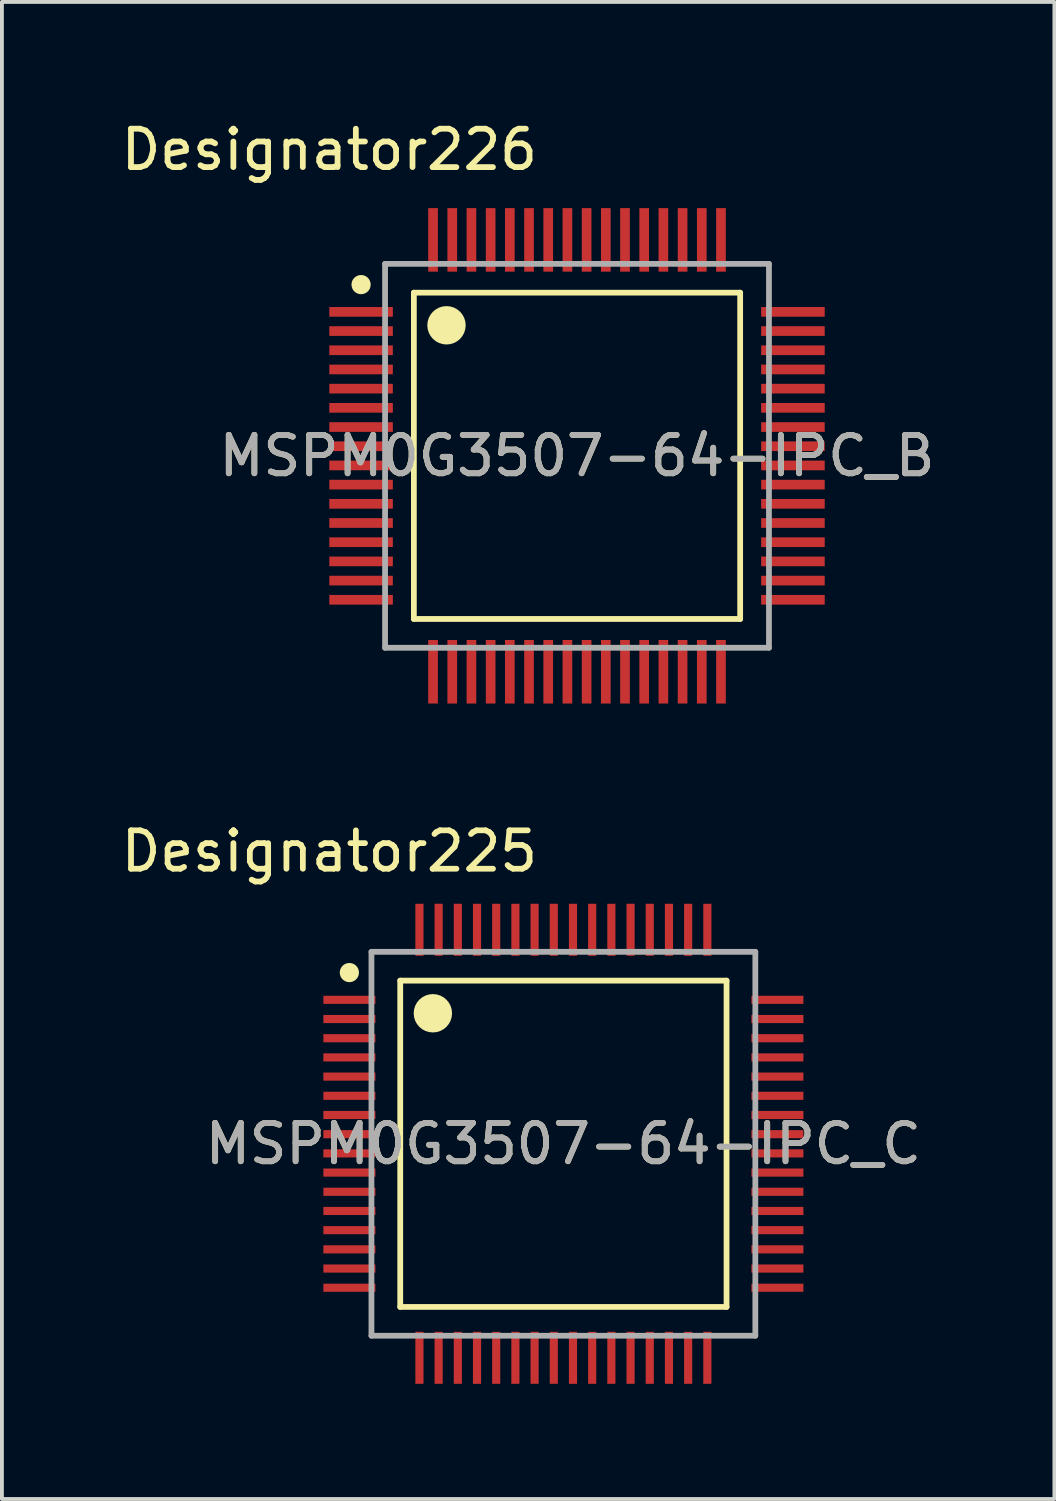
<source format=kicad_pcb>
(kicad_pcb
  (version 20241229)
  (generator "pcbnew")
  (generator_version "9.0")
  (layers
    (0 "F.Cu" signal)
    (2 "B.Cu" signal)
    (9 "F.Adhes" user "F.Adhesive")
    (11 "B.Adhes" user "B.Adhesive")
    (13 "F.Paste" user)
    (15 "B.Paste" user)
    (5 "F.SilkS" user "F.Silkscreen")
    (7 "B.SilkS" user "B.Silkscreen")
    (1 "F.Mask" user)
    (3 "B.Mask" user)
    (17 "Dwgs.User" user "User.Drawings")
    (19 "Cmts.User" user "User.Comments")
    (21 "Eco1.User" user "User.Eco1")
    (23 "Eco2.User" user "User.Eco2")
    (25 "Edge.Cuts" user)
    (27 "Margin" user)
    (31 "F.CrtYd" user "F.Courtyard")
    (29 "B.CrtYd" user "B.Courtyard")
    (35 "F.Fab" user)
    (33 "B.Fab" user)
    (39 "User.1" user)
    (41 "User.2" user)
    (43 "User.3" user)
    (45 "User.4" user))
  (footprint "MSPM0G3507-64-IPC_B"
    (layer "F.Cu")
    (at 11.981 8.824)
    (property "Reference" "MSPM0G3507-64-IPC_B" (at 0 0 0) (unlocked yes) (layer "F.SilkS") (effects (font (size 1 1) (thickness 0.15))))
    (attr smd)
    (fp_line (start -4.25 -4.25) (end 4.25 -4.25) (stroke (width 0.15) (type solid)) (layer "F.SilkS"))
    (fp_line (start -4.25 4.25) (end -4.25 -4.25) (stroke (width 0.15) (type solid)) (layer "F.SilkS"))
    (fp_line (start -4.25 4.25) (end 4.25 4.25) (stroke (width 0.15) (type solid)) (layer "F.SilkS"))
    (fp_line (start 4.25 4.25) (end 4.25 -4.25) (stroke (width 0.15) (type solid)) (layer "F.SilkS"))
    (fp_circle (center -5.625 -4.46) (end -5.5 -4.46) (stroke (width 0.25) (type solid)) (fill no) (layer "F.SilkS"))
    (fp_circle (center -3.4 -3.4) (end -3.15 -3.4) (stroke (width 0.5) (type solid)) (fill no) (layer "F.SilkS"))
    (fp_line (start -5 -5) (end 5 -5) (stroke (width 0.15) (type solid)) (layer "F.Fab"))
    (fp_line (start -5 5) (end -5 -5) (stroke (width 0.15) (type solid)) (layer "F.Fab"))
    (fp_line (start -5 5) (end 5 5) (stroke (width 0.15) (type solid)) (layer "F.Fab"))
    (fp_line (start 5 5) (end 5 -5) (stroke (width 0.15) (type solid)) (layer "F.Fab"))
    (fp_text user "Designator226" (at -6.452 -7.976 0) (unlocked yes) (layer "F.SilkS") (effects (font (size 1 1) (thickness 0.15))))
    (fp_text user "${REFERENCE}" (at 0 0 0) (unlocked yes) (layer "F.Fab") (effects (font (size 1 1) (thickness 0.15))))
    (pad "1" smd rect (at -5.625 -3.75 90) (size 0.252 1.655) (layers "F.Cu" "F.Mask" "F.Paste"))
    (pad "2" smd rect (at -5.625 -3.25 90) (size 0.252 1.655) (layers "F.Cu" "F.Mask" "F.Paste"))
    (pad "3" smd rect (at -5.625 -2.75 90) (size 0.252 1.655) (layers "F.Cu" "F.Mask" "F.Paste"))
    (pad "4" smd rect (at -5.625 -2.25 90) (size 0.252 1.655) (layers "F.Cu" "F.Mask" "F.Paste"))
    (pad "5" smd rect (at -5.625 -1.75 90) (size 0.252 1.655) (layers "F.Cu" "F.Mask" "F.Paste"))
    (pad "6" smd rect (at -5.625 -1.25 90) (size 0.252 1.655) (layers "F.Cu" "F.Mask" "F.Paste"))
    (pad "7" smd rect (at -5.625 -0.75 90) (size 0.252 1.655) (layers "F.Cu" "F.Mask" "F.Paste"))
    (pad "8" smd rect (at -5.625 -0.25 90) (size 0.252 1.655) (layers "F.Cu" "F.Mask" "F.Paste"))
    (pad "9" smd rect (at -5.625 0.25 90) (size 0.252 1.655) (layers "F.Cu" "F.Mask" "F.Paste"))
    (pad "10" smd rect (at -5.625 0.75 90) (size 0.252 1.655) (layers "F.Cu" "F.Mask" "F.Paste"))
    (pad "11" smd rect (at -5.625 1.25 90) (size 0.252 1.655) (layers "F.Cu" "F.Mask" "F.Paste"))
    (pad "12" smd rect (at -5.625 1.75 90) (size 0.252 1.655) (layers "F.Cu" "F.Mask" "F.Paste"))
    (pad "13" smd rect (at -5.625 2.25 90) (size 0.252 1.655) (layers "F.Cu" "F.Mask" "F.Paste"))
    (pad "14" smd rect (at -5.625 2.75 90) (size 0.252 1.655) (layers "F.Cu" "F.Mask" "F.Paste"))
    (pad "15" smd rect (at -5.625 3.25 90) (size 0.252 1.655) (layers "F.Cu" "F.Mask" "F.Paste"))
    (pad "16" smd rect (at -5.625 3.75 90) (size 0.252 1.655) (layers "F.Cu" "F.Mask" "F.Paste"))
    (pad "17" smd rect (at -3.75 5.625) (size 0.252 1.655) (layers "F.Cu" "F.Mask" "F.Paste"))
    (pad "18" smd rect (at -3.25 5.625) (size 0.252 1.655) (layers "F.Cu" "F.Mask" "F.Paste"))
    (pad "19" smd rect (at -2.75 5.625) (size 0.252 1.655) (layers "F.Cu" "F.Mask" "F.Paste"))
    (pad "20" smd rect (at -2.25 5.625) (size 0.252 1.655) (layers "F.Cu" "F.Mask" "F.Paste"))
    (pad "21" smd rect (at -1.75 5.625) (size 0.252 1.655) (layers "F.Cu" "F.Mask" "F.Paste"))
    (pad "22" smd rect (at -1.25 5.625) (size 0.252 1.655) (layers "F.Cu" "F.Mask" "F.Paste"))
    (pad "23" smd rect (at -0.75 5.625) (size 0.252 1.655) (layers "F.Cu" "F.Mask" "F.Paste"))
    (pad "24" smd rect (at -0.25 5.625) (size 0.252 1.655) (layers "F.Cu" "F.Mask" "F.Paste"))
    (pad "25" smd rect (at 0.25 5.625) (size 0.252 1.655) (layers "F.Cu" "F.Mask" "F.Paste"))
    (pad "26" smd rect (at 0.75 5.625) (size 0.252 1.655) (layers "F.Cu" "F.Mask" "F.Paste"))
    (pad "27" smd rect (at 1.25 5.625) (size 0.252 1.655) (layers "F.Cu" "F.Mask" "F.Paste"))
    (pad "28" smd rect (at 1.75 5.625) (size 0.252 1.655) (layers "F.Cu" "F.Mask" "F.Paste"))
    (pad "29" smd rect (at 2.25 5.625) (size 0.252 1.655) (layers "F.Cu" "F.Mask" "F.Paste"))
    (pad "30" smd rect (at 2.75 5.625) (size 0.252 1.655) (layers "F.Cu" "F.Mask" "F.Paste"))
    (pad "31" smd rect (at 3.25 5.625) (size 0.252 1.655) (layers "F.Cu" "F.Mask" "F.Paste"))
    (pad "32" smd rect (at 3.75 5.625) (size 0.252 1.655) (layers "F.Cu" "F.Mask" "F.Paste"))
    (pad "33" smd rect (at 5.625 3.75 90) (size 0.252 1.655) (layers "F.Cu" "F.Mask" "F.Paste"))
    (pad "34" smd rect (at 5.625 3.25 90) (size 0.252 1.655) (layers "F.Cu" "F.Mask" "F.Paste"))
    (pad "35" smd rect (at 5.625 2.75 90) (size 0.252 1.655) (layers "F.Cu" "F.Mask" "F.Paste"))
    (pad "36" smd rect (at 5.625 2.25 90) (size 0.252 1.655) (layers "F.Cu" "F.Mask" "F.Paste"))
    (pad "37" smd rect (at 5.625 1.75 90) (size 0.252 1.655) (layers "F.Cu" "F.Mask" "F.Paste"))
    (pad "38" smd rect (at 5.625 1.25 90) (size 0.252 1.655) (layers "F.Cu" "F.Mask" "F.Paste"))
    (pad "39" smd rect (at 5.625 0.75 90) (size 0.252 1.655) (layers "F.Cu" "F.Mask" "F.Paste"))
    (pad "40" smd rect (at 5.625 0.25 90) (size 0.252 1.655) (layers "F.Cu" "F.Mask" "F.Paste"))
    (pad "41" smd rect (at 5.625 -0.25 90) (size 0.252 1.655) (layers "F.Cu" "F.Mask" "F.Paste"))
    (pad "42" smd rect (at 5.625 -0.75 90) (size 0.252 1.655) (layers "F.Cu" "F.Mask" "F.Paste"))
    (pad "43" smd rect (at 5.625 -1.25 90) (size 0.252 1.655) (layers "F.Cu" "F.Mask" "F.Paste"))
    (pad "44" smd rect (at 5.625 -1.75 90) (size 0.252 1.655) (layers "F.Cu" "F.Mask" "F.Paste"))
    (pad "45" smd rect (at 5.625 -2.25 90) (size 0.252 1.655) (layers "F.Cu" "F.Mask" "F.Paste"))
    (pad "46" smd rect (at 5.625 -2.75 90) (size 0.252 1.655) (layers "F.Cu" "F.Mask" "F.Paste"))
    (pad "47" smd rect (at 5.625 -3.25 90) (size 0.252 1.655) (layers "F.Cu" "F.Mask" "F.Paste"))
    (pad "48" smd rect (at 5.625 -3.75 90) (size 0.252 1.655) (layers "F.Cu" "F.Mask" "F.Paste"))
    (pad "49" smd rect (at 3.75 -5.625) (size 0.252 1.655) (layers "F.Cu" "F.Mask" "F.Paste"))
    (pad "50" smd rect (at 3.25 -5.625) (size 0.252 1.655) (layers "F.Cu" "F.Mask" "F.Paste"))
    (pad "51" smd rect (at 2.75 -5.625) (size 0.252 1.655) (layers "F.Cu" "F.Mask" "F.Paste"))
    (pad "52" smd rect (at 2.25 -5.625) (size 0.252 1.655) (layers "F.Cu" "F.Mask" "F.Paste"))
    (pad "53" smd rect (at 1.75 -5.625) (size 0.252 1.655) (layers "F.Cu" "F.Mask" "F.Paste"))
    (pad "54" smd rect (at 1.25 -5.625) (size 0.252 1.655) (layers "F.Cu" "F.Mask" "F.Paste"))
    (pad "55" smd rect (at 0.75 -5.625) (size 0.252 1.655) (layers "F.Cu" "F.Mask" "F.Paste"))
    (pad "56" smd rect (at 0.25 -5.625) (size 0.252 1.655) (layers "F.Cu" "F.Mask" "F.Paste"))
    (pad "57" smd rect (at -0.25 -5.625) (size 0.252 1.655) (layers "F.Cu" "F.Mask" "F.Paste"))
    (pad "58" smd rect (at -0.75 -5.625) (size 0.252 1.655) (layers "F.Cu" "F.Mask" "F.Paste"))
    (pad "59" smd rect (at -1.25 -5.625) (size 0.252 1.655) (layers "F.Cu" "F.Mask" "F.Paste"))
    (pad "60" smd rect (at -1.75 -5.625) (size 0.252 1.655) (layers "F.Cu" "F.Mask" "F.Paste"))
    (pad "61" smd rect (at -2.25 -5.625) (size 0.252 1.655) (layers "F.Cu" "F.Mask" "F.Paste"))
    (pad "62" smd rect (at -2.75 -5.625) (size 0.252 1.655) (layers "F.Cu" "F.Mask" "F.Paste"))
    (pad "63" smd rect (at -3.25 -5.625) (size 0.252 1.655) (layers "F.Cu" "F.Mask" "F.Paste"))
    (pad "64" smd rect (at -3.75 -5.625) (size 0.252 1.655) (layers "F.Cu" "F.Mask" "F.Paste")))
  (footprint "MSPM0G3507-64-IPC_C"
    (layer "F.Cu")
    (at 11.626 26.745)
    (property "Reference" "MSPM0G3507-64-IPC_C" (at 0 0 0) (unlocked yes) (layer "F.SilkS") (effects (font (size 1 1) (thickness 0.15))))
    (attr smd)
    (fp_line (start -4.25 -4.25) (end 4.25 -4.25) (stroke (width 0.15) (type solid)) (layer "F.SilkS"))
    (fp_line (start -4.25 4.25) (end -4.25 -4.25) (stroke (width 0.15) (type solid)) (layer "F.SilkS"))
    (fp_line (start -4.25 4.25) (end 4.25 4.25) (stroke (width 0.15) (type solid)) (layer "F.SilkS"))
    (fp_line (start 4.25 4.25) (end 4.25 -4.25) (stroke (width 0.15) (type solid)) (layer "F.SilkS"))
    (fp_circle (center -5.575 -4.46) (end -5.45 -4.46) (stroke (width 0.25) (type solid)) (fill no) (layer "F.SilkS"))
    (fp_circle (center -3.4 -3.4) (end -3.15 -3.4) (stroke (width 0.5) (type solid)) (fill no) (layer "F.SilkS"))
    (fp_line (start -5 -5) (end 5 -5) (stroke (width 0.15) (type solid)) (layer "F.Fab"))
    (fp_line (start -5 5) (end -5 -5) (stroke (width 0.15) (type solid)) (layer "F.Fab"))
    (fp_line (start -5 5) (end 5 5) (stroke (width 0.15) (type solid)) (layer "F.Fab"))
    (fp_line (start 5 5) (end 5 -5) (stroke (width 0.15) (type solid)) (layer "F.Fab"))
    (fp_text user "Designator225" (at -6.096 -7.62 0) (unlocked yes) (layer "F.SilkS") (effects (font (size 1 1) (thickness 0.15))))
    (fp_text user "${REFERENCE}" (at 0 0 0) (unlocked yes) (layer "F.Fab") (effects (font (size 1 1) (thickness 0.15))))
    (pad "1" smd rect (at -5.575 -3.75 90) (size 0.212 1.355) (layers "F.Cu" "F.Mask" "F.Paste"))
    (pad "2" smd rect (at -5.575 -3.25 90) (size 0.212 1.355) (layers "F.Cu" "F.Mask" "F.Paste"))
    (pad "3" smd rect (at -5.575 -2.75 90) (size 0.212 1.355) (layers "F.Cu" "F.Mask" "F.Paste"))
    (pad "4" smd rect (at -5.575 -2.25 90) (size 0.212 1.355) (layers "F.Cu" "F.Mask" "F.Paste"))
    (pad "5" smd rect (at -5.575 -1.75 90) (size 0.212 1.355) (layers "F.Cu" "F.Mask" "F.Paste"))
    (pad "6" smd rect (at -5.575 -1.25 90) (size 0.212 1.355) (layers "F.Cu" "F.Mask" "F.Paste"))
    (pad "7" smd rect (at -5.575 -0.75 90) (size 0.212 1.355) (layers "F.Cu" "F.Mask" "F.Paste"))
    (pad "8" smd rect (at -5.575 -0.25 90) (size 0.212 1.355) (layers "F.Cu" "F.Mask" "F.Paste"))
    (pad "9" smd rect (at -5.575 0.25 90) (size 0.212 1.355) (layers "F.Cu" "F.Mask" "F.Paste"))
    (pad "10" smd rect (at -5.575 0.75 90) (size 0.212 1.355) (layers "F.Cu" "F.Mask" "F.Paste"))
    (pad "11" smd rect (at -5.575 1.25 90) (size 0.212 1.355) (layers "F.Cu" "F.Mask" "F.Paste"))
    (pad "12" smd rect (at -5.575 1.75 90) (size 0.212 1.355) (layers "F.Cu" "F.Mask" "F.Paste"))
    (pad "13" smd rect (at -5.575 2.25 90) (size 0.212 1.355) (layers "F.Cu" "F.Mask" "F.Paste"))
    (pad "14" smd rect (at -5.575 2.75 90) (size 0.212 1.355) (layers "F.Cu" "F.Mask" "F.Paste"))
    (pad "15" smd rect (at -5.575 3.25 90) (size 0.212 1.355) (layers "F.Cu" "F.Mask" "F.Paste"))
    (pad "16" smd rect (at -5.575 3.75 90) (size 0.212 1.355) (layers "F.Cu" "F.Mask" "F.Paste"))
    (pad "17" smd rect (at -3.75 5.575) (size 0.212 1.355) (layers "F.Cu" "F.Mask" "F.Paste"))
    (pad "18" smd rect (at -3.25 5.575) (size 0.212 1.355) (layers "F.Cu" "F.Mask" "F.Paste"))
    (pad "19" smd rect (at -2.75 5.575) (size 0.212 1.355) (layers "F.Cu" "F.Mask" "F.Paste"))
    (pad "20" smd rect (at -2.25 5.575) (size 0.212 1.355) (layers "F.Cu" "F.Mask" "F.Paste"))
    (pad "21" smd rect (at -1.75 5.575) (size 0.212 1.355) (layers "F.Cu" "F.Mask" "F.Paste"))
    (pad "22" smd rect (at -1.25 5.575) (size 0.212 1.355) (layers "F.Cu" "F.Mask" "F.Paste"))
    (pad "23" smd rect (at -0.75 5.575) (size 0.212 1.355) (layers "F.Cu" "F.Mask" "F.Paste"))
    (pad "24" smd rect (at -0.25 5.575) (size 0.212 1.355) (layers "F.Cu" "F.Mask" "F.Paste"))
    (pad "25" smd rect (at 0.25 5.575) (size 0.212 1.355) (layers "F.Cu" "F.Mask" "F.Paste"))
    (pad "26" smd rect (at 0.75 5.575) (size 0.212 1.355) (layers "F.Cu" "F.Mask" "F.Paste"))
    (pad "27" smd rect (at 1.25 5.575) (size 0.212 1.355) (layers "F.Cu" "F.Mask" "F.Paste"))
    (pad "28" smd rect (at 1.75 5.575) (size 0.212 1.355) (layers "F.Cu" "F.Mask" "F.Paste"))
    (pad "29" smd rect (at 2.25 5.575) (size 0.212 1.355) (layers "F.Cu" "F.Mask" "F.Paste"))
    (pad "30" smd rect (at 2.75 5.575) (size 0.212 1.355) (layers "F.Cu" "F.Mask" "F.Paste"))
    (pad "31" smd rect (at 3.25 5.575) (size 0.212 1.355) (layers "F.Cu" "F.Mask" "F.Paste"))
    (pad "32" smd rect (at 3.75 5.575) (size 0.212 1.355) (layers "F.Cu" "F.Mask" "F.Paste"))
    (pad "33" smd rect (at 5.575 3.75 90) (size 0.212 1.355) (layers "F.Cu" "F.Mask" "F.Paste"))
    (pad "34" smd rect (at 5.575 3.25 90) (size 0.212 1.355) (layers "F.Cu" "F.Mask" "F.Paste"))
    (pad "35" smd rect (at 5.575 2.75 90) (size 0.212 1.355) (layers "F.Cu" "F.Mask" "F.Paste"))
    (pad "36" smd rect (at 5.575 2.25 90) (size 0.212 1.355) (layers "F.Cu" "F.Mask" "F.Paste"))
    (pad "37" smd rect (at 5.575 1.75 90) (size 0.212 1.355) (layers "F.Cu" "F.Mask" "F.Paste"))
    (pad "38" smd rect (at 5.575 1.25 90) (size 0.212 1.355) (layers "F.Cu" "F.Mask" "F.Paste"))
    (pad "39" smd rect (at 5.575 0.75 90) (size 0.212 1.355) (layers "F.Cu" "F.Mask" "F.Paste"))
    (pad "40" smd rect (at 5.575 0.25 90) (size 0.212 1.355) (layers "F.Cu" "F.Mask" "F.Paste"))
    (pad "41" smd rect (at 5.575 -0.25 90) (size 0.212 1.355) (layers "F.Cu" "F.Mask" "F.Paste"))
    (pad "42" smd rect (at 5.575 -0.75 90) (size 0.212 1.355) (layers "F.Cu" "F.Mask" "F.Paste"))
    (pad "43" smd rect (at 5.575 -1.25 90) (size 0.212 1.355) (layers "F.Cu" "F.Mask" "F.Paste"))
    (pad "44" smd rect (at 5.575 -1.75 90) (size 0.212 1.355) (layers "F.Cu" "F.Mask" "F.Paste"))
    (pad "45" smd rect (at 5.575 -2.25 90) (size 0.212 1.355) (layers "F.Cu" "F.Mask" "F.Paste"))
    (pad "46" smd rect (at 5.575 -2.75 90) (size 0.212 1.355) (layers "F.Cu" "F.Mask" "F.Paste"))
    (pad "47" smd rect (at 5.575 -3.25 90) (size 0.212 1.355) (layers "F.Cu" "F.Mask" "F.Paste"))
    (pad "48" smd rect (at 5.575 -3.75 90) (size 0.212 1.355) (layers "F.Cu" "F.Mask" "F.Paste"))
    (pad "49" smd rect (at 3.75 -5.575) (size 0.212 1.355) (layers "F.Cu" "F.Mask" "F.Paste"))
    (pad "50" smd rect (at 3.25 -5.575) (size 0.212 1.355) (layers "F.Cu" "F.Mask" "F.Paste"))
    (pad "51" smd rect (at 2.75 -5.575) (size 0.212 1.355) (layers "F.Cu" "F.Mask" "F.Paste"))
    (pad "52" smd rect (at 2.25 -5.575) (size 0.212 1.355) (layers "F.Cu" "F.Mask" "F.Paste"))
    (pad "53" smd rect (at 1.75 -5.575) (size 0.212 1.355) (layers "F.Cu" "F.Mask" "F.Paste"))
    (pad "54" smd rect (at 1.25 -5.575) (size 0.212 1.355) (layers "F.Cu" "F.Mask" "F.Paste"))
    (pad "55" smd rect (at 0.75 -5.575) (size 0.212 1.355) (layers "F.Cu" "F.Mask" "F.Paste"))
    (pad "56" smd rect (at 0.25 -5.575) (size 0.212 1.355) (layers "F.Cu" "F.Mask" "F.Paste"))
    (pad "57" smd rect (at -0.25 -5.575) (size 0.212 1.355) (layers "F.Cu" "F.Mask" "F.Paste"))
    (pad "58" smd rect (at -0.75 -5.575) (size 0.212 1.355) (layers "F.Cu" "F.Mask" "F.Paste"))
    (pad "59" smd rect (at -1.25 -5.575) (size 0.212 1.355) (layers "F.Cu" "F.Mask" "F.Paste"))
    (pad "60" smd rect (at -1.75 -5.575) (size 0.212 1.355) (layers "F.Cu" "F.Mask" "F.Paste"))
    (pad "61" smd rect (at -2.25 -5.575) (size 0.212 1.355) (layers "F.Cu" "F.Mask" "F.Paste"))
    (pad "62" smd rect (at -2.75 -5.575) (size 0.212 1.355) (layers "F.Cu" "F.Mask" "F.Paste"))
    (pad "63" smd rect (at -3.25 -5.575) (size 0.212 1.355) (layers "F.Cu" "F.Mask" "F.Paste"))
    (pad "64" smd rect (at -3.75 -5.575) (size 0.212 1.355) (layers "F.Cu" "F.Mask" "F.Paste")))
  (gr_rect
    (start -3 -3)
    (end 24.416 35.998)
    (stroke (width 0.1) (type default))
    (fill no)
    (layer "Edge.Cuts")))
</source>
